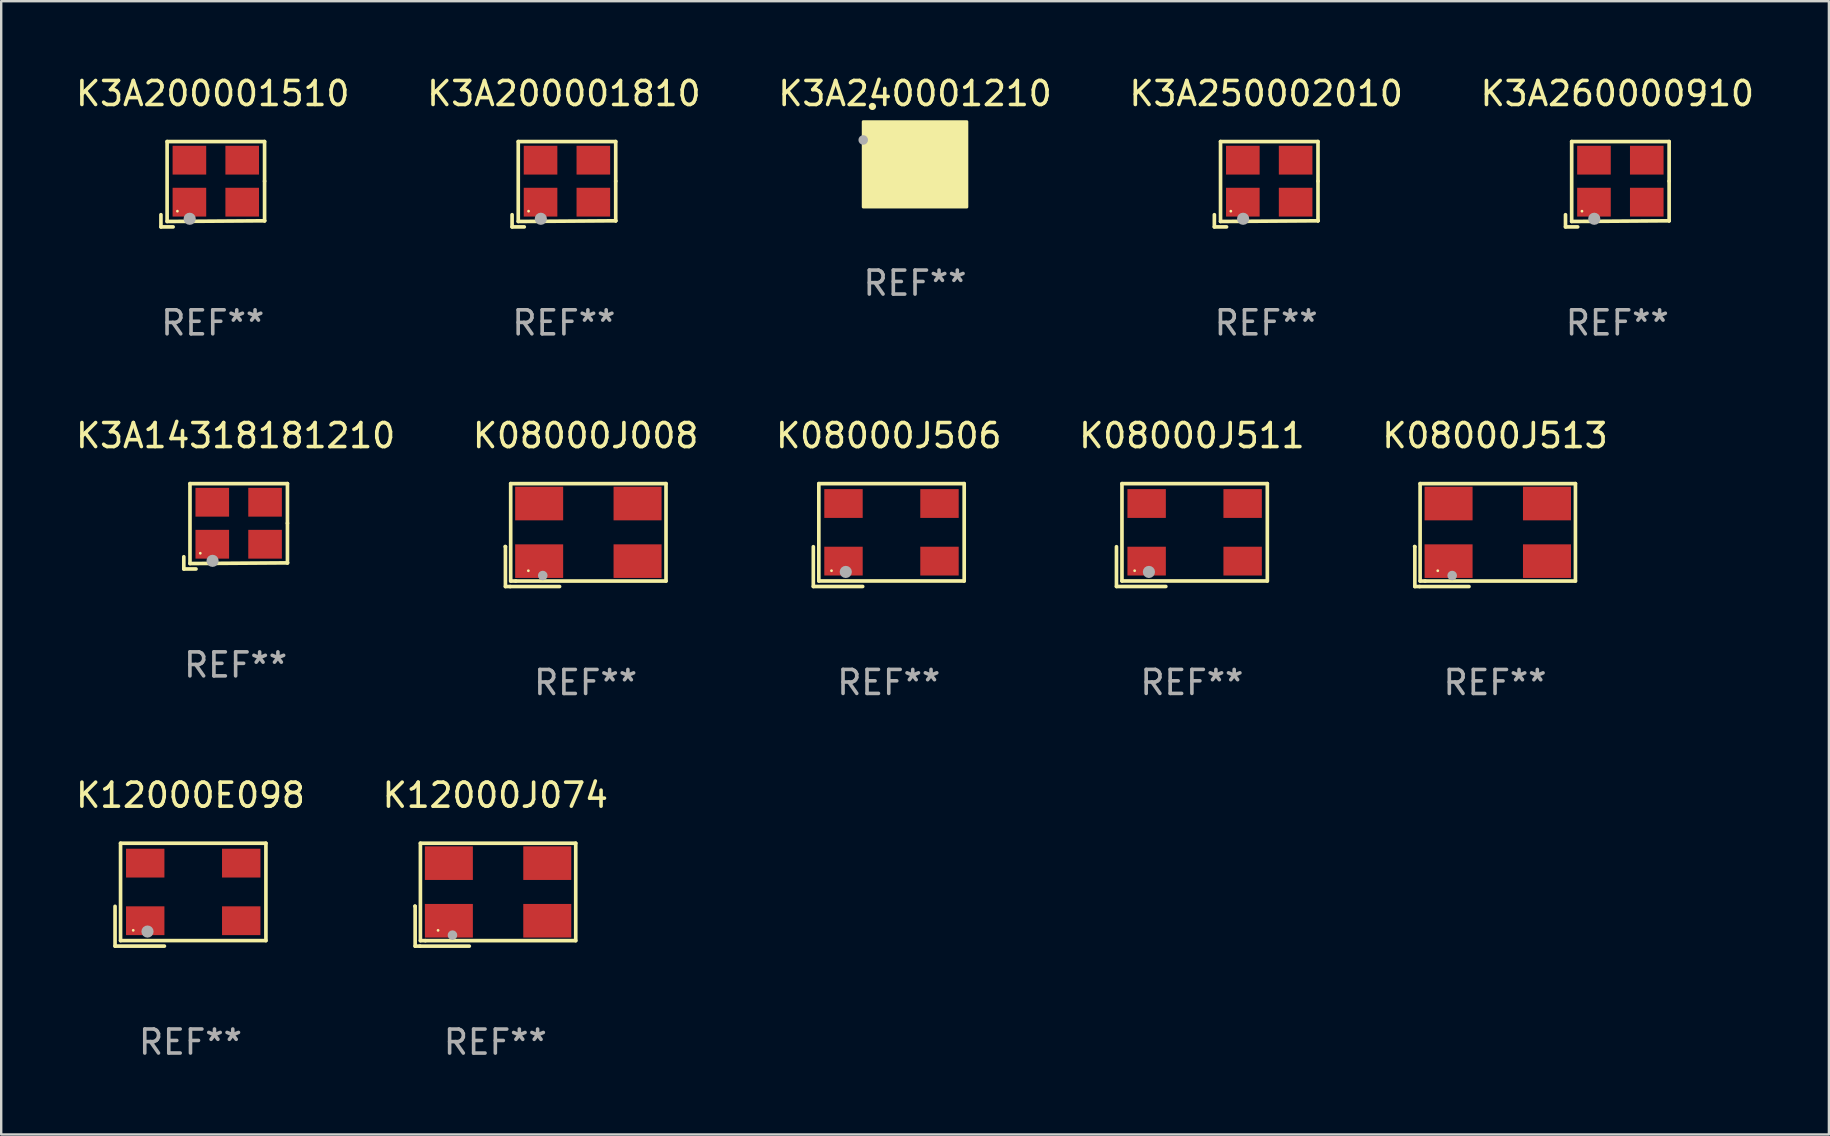
<source format=kicad_pcb>
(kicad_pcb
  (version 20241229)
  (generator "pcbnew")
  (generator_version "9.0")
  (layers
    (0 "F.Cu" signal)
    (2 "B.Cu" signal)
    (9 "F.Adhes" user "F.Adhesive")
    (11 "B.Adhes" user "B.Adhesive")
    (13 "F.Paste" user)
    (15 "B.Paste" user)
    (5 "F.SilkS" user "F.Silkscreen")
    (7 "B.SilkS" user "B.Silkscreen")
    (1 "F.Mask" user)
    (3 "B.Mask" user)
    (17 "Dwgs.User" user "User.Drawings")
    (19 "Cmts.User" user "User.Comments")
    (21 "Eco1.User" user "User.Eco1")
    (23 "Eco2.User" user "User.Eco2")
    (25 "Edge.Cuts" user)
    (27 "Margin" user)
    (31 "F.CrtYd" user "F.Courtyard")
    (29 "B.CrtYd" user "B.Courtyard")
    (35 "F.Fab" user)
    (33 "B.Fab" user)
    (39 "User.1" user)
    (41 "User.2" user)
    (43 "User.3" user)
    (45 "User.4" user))
  (footprint "K08000J511"
    (layer "F.Cu")
    (at 46.613 19.244)
    (property "Reference" "K08000J511" (at 0 -4.143 0) (layer "F.SilkS") (effects (font (size 1 1) (thickness 0.15))))
    (attr through_hole)
    (fp_line (start -3.143 0.486) (end -3.143 2.143) (stroke (width 0.152) (type solid)) (layer "F.SilkS"))
    (fp_line (start -3.143 2.143) (end -1.086 2.143) (stroke (width 0.152) (type solid)) (layer "F.SilkS"))
    (fp_line (start -2.914 -2.143) (end 3.143 -2.143) (stroke (width 0.152) (type solid)) (layer "F.SilkS"))
    (fp_line (start -2.914 1.914) (end -2.914 -2.143) (stroke (width 0.152) (type solid)) (layer "F.SilkS"))
    (fp_line (start 3.143 -2.143) (end 3.143 1.914) (stroke (width 0.152) (type solid)) (layer "F.SilkS"))
    (fp_line (start 3.143 1.914) (end -2.914 1.914) (stroke (width 0.152) (type solid)) (layer "F.SilkS"))
    (fp_circle (center -2.386 1.486) (end -2.356 1.486) (stroke (width 0.06) (type solid)) (fill no) (layer "F.SilkS"))
    (fp_circle (center -1.791 1.537) (end -1.664 1.537) (stroke (width 0.254) (type solid)) (fill no) (layer "F.Fab"))
    (fp_text user "REF**" (at 0 6.143 0) (layer "F.Fab") (effects (font (size 1 1) (thickness 0.15))))
    (pad "1" smd rect (at -1.886 1.086) (size 1.6 1.2) (layers "F.Cu" "F.Mask" "F.Paste"))
    (pad "2" smd rect (at 2.114 1.086) (size 1.6 1.2) (layers "F.Cu" "F.Mask" "F.Paste"))
    (pad "3" smd rect (at 2.114 -1.314) (size 1.6 1.2) (layers "F.Cu" "F.Mask" "F.Paste"))
    (pad "4" smd rect (at -1.886 -1.314) (size 1.6 1.2) (layers "F.Cu" "F.Mask" "F.Paste")))
  (footprint "K3A200001810"
    (layer "F.Cu")
    (at 20.446 4.626)
    (property "Reference" "K3A200001810" (at 0 -3.778 0) (layer "F.SilkS") (effects (font (size 1 1) (thickness 0.15))))
    (attr through_hole)
    (fp_line (start -2.159 1.27) (end -2.159 1.778) (stroke (width 0.152) (type solid)) (layer "F.SilkS"))
    (fp_line (start -2.159 1.778) (end -1.651 1.778) (stroke (width 0.152) (type solid)) (layer "F.SilkS"))
    (fp_line (start -1.902 -1.778) (end 2.159 -1.778) (stroke (width 0.152) (type solid)) (layer "F.SilkS"))
    (fp_line (start -1.902 1.552) (end -1.902 -1.778) (stroke (width 0.152) (type solid)) (layer "F.SilkS"))
    (fp_line (start 2.159 -1.778) (end 2.159 -0.127) (stroke (width 0.152) (type solid)) (layer "F.SilkS"))
    (fp_line (start 2.159 -0.127) (end 2.159 1.524) (stroke (width 0.152) (type solid)) (layer "F.SilkS"))
    (fp_line (start 2.159 1.524) (end -1.902 1.552) (stroke (width 0.152) (type solid)) (layer "F.SilkS"))
    (fp_line (start 2.159 1.524) (end 2.159 1.524) (stroke (width 0.152) (type solid)) (layer "F.SilkS"))
    (fp_circle (center -1.473 1.123) (end -1.443 1.123) (stroke (width 0.06) (type solid)) (fill no) (layer "F.SilkS"))
    (fp_circle (center -0.961 1.44) (end -0.834 1.44) (stroke (width 0.254) (type solid)) (fill no) (layer "F.Fab"))
    (fp_text user "REF**" (at 0 5.778 0) (layer "F.Fab") (effects (font (size 1 1) (thickness 0.15))))
    (pad "1" smd rect (at -0.973 0.748) (size 1.4 1.2) (layers "F.Cu" "F.Mask" "F.Paste"))
    (pad "2" smd rect (at 1.227 0.748) (size 1.4 1.2) (layers "F.Cu" "F.Mask" "F.Paste"))
    (pad "3" smd rect (at 1.227 -1.002) (size 1.4 1.2) (layers "F.Cu" "F.Mask" "F.Paste"))
    (pad "4" smd rect (at -0.973 -1.002) (size 1.4 1.2) (layers "F.Cu" "F.Mask" "F.Paste")))
  (footprint "K08000J513"
    (layer "F.Cu")
    (at 59.244 19.245)
    (property "Reference" "K08000J513" (at 0 -4.144 0) (layer "F.SilkS") (effects (font (size 1 1) (thickness 0.15))))
    (attr through_hole)
    (fp_line (start -3.35 0.476) (end -3.341 0.485) (stroke (width 0.152) (type solid)) (layer "F.SilkS"))
    (fp_line (start -3.341 0.485) (end -3.341 2.144) (stroke (width 0.152) (type solid)) (layer "F.SilkS"))
    (fp_line (start -3.341 2.144) (end -3.143 2.144) (stroke (width 0.152) (type solid)) (layer "F.SilkS"))
    (fp_line (start -3.143 2.144) (end -1.085 2.144) (stroke (width 0.152) (type solid)) (layer "F.SilkS"))
    (fp_line (start -3.122 -2.144) (end 3.35 -2.144) (stroke (width 0.152) (type solid)) (layer "F.SilkS"))
    (fp_line (start -3.122 1.915) (end -3.122 -2.144) (stroke (width 0.152) (type solid)) (layer "F.SilkS"))
    (fp_line (start -2.914 1.915) (end -3.122 1.915) (stroke (width 0.152) (type solid)) (layer "F.SilkS"))
    (fp_line (start 3.35 -2.144) (end 3.35 1.915) (stroke (width 0.152) (type solid)) (layer "F.SilkS"))
    (fp_line (start 3.35 1.915) (end -2.914 1.915) (stroke (width 0.152) (type solid)) (layer "F.SilkS"))
    (fp_circle (center -2.386 1.486) (end -2.356 1.486) (stroke (width 0.06) (type solid)) (fill no) (layer "F.SilkS"))
    (fp_circle (center -1.786 1.686) (end -1.686 1.686) (stroke (width 0.2) (type solid)) (fill no) (layer "F.Fab"))
    (fp_text user "REF**" (at 0 6.144 0) (layer "F.Fab") (effects (font (size 1 1) (thickness 0.15))))
    (pad "1" smd rect (at -1.936 1.086) (size 2 1.4) (layers "F.Cu" "F.Mask" "F.Paste"))
    (pad "2" smd rect (at 2.164 1.086) (size 2 1.4) (layers "F.Cu" "F.Mask" "F.Paste"))
    (pad "3" smd rect (at 2.164 -1.314) (size 2 1.4) (layers "F.Cu" "F.Mask" "F.Paste"))
    (pad "4" smd rect (at -1.936 -1.314) (size 2 1.4) (layers "F.Cu" "F.Mask" "F.Paste")))
  (footprint "K3A200001510"
    (layer "F.Cu")
    (at 5.815 4.626)
    (property "Reference" "K3A200001510" (at 0 -3.778 0) (layer "F.SilkS") (effects (font (size 1 1) (thickness 0.15))))
    (attr through_hole)
    (fp_line (start -2.159 1.27) (end -2.159 1.778) (stroke (width 0.152) (type solid)) (layer "F.SilkS"))
    (fp_line (start -2.159 1.778) (end -1.651 1.778) (stroke (width 0.152) (type solid)) (layer "F.SilkS"))
    (fp_line (start -1.902 -1.778) (end 2.159 -1.778) (stroke (width 0.152) (type solid)) (layer "F.SilkS"))
    (fp_line (start -1.902 1.552) (end -1.902 -1.778) (stroke (width 0.152) (type solid)) (layer "F.SilkS"))
    (fp_line (start 2.159 -1.778) (end 2.159 -0.127) (stroke (width 0.152) (type solid)) (layer "F.SilkS"))
    (fp_line (start 2.159 -0.127) (end 2.159 1.524) (stroke (width 0.152) (type solid)) (layer "F.SilkS"))
    (fp_line (start 2.159 1.524) (end -1.902 1.552) (stroke (width 0.152) (type solid)) (layer "F.SilkS"))
    (fp_line (start 2.159 1.524) (end 2.159 1.524) (stroke (width 0.152) (type solid)) (layer "F.SilkS"))
    (fp_circle (center -1.473 1.123) (end -1.443 1.123) (stroke (width 0.06) (type solid)) (fill no) (layer "F.SilkS"))
    (fp_circle (center -0.961 1.44) (end -0.834 1.44) (stroke (width 0.254) (type solid)) (fill no) (layer "F.Fab"))
    (fp_text user "REF**" (at 0 5.778 0) (layer "F.Fab") (effects (font (size 1 1) (thickness 0.15))))
    (pad "1" smd rect (at -0.973 0.748) (size 1.4 1.2) (layers "F.Cu" "F.Mask" "F.Paste"))
    (pad "2" smd rect (at 1.227 0.748) (size 1.4 1.2) (layers "F.Cu" "F.Mask" "F.Paste"))
    (pad "3" smd rect (at 1.227 -1.002) (size 1.4 1.2) (layers "F.Cu" "F.Mask" "F.Paste"))
    (pad "4" smd rect (at -0.973 -1.002) (size 1.4 1.2) (layers "F.Cu" "F.Mask" "F.Paste")))
  (footprint "K3A250002010"
    (layer "F.Cu")
    (at 49.708 4.626)
    (property "Reference" "K3A250002010" (at 0 -3.778 0) (layer "F.SilkS") (effects (font (size 1 1) (thickness 0.15))))
    (attr through_hole)
    (fp_line (start -2.159 1.27) (end -2.159 1.778) (stroke (width 0.152) (type solid)) (layer "F.SilkS"))
    (fp_line (start -2.159 1.778) (end -1.651 1.778) (stroke (width 0.152) (type solid)) (layer "F.SilkS"))
    (fp_line (start -1.902 -1.778) (end 2.159 -1.778) (stroke (width 0.152) (type solid)) (layer "F.SilkS"))
    (fp_line (start -1.902 1.552) (end -1.902 -1.778) (stroke (width 0.152) (type solid)) (layer "F.SilkS"))
    (fp_line (start 2.159 -1.778) (end 2.159 -0.127) (stroke (width 0.152) (type solid)) (layer "F.SilkS"))
    (fp_line (start 2.159 -0.127) (end 2.159 1.524) (stroke (width 0.152) (type solid)) (layer "F.SilkS"))
    (fp_line (start 2.159 1.524) (end -1.902 1.552) (stroke (width 0.152) (type solid)) (layer "F.SilkS"))
    (fp_line (start 2.159 1.524) (end 2.159 1.524) (stroke (width 0.152) (type solid)) (layer "F.SilkS"))
    (fp_circle (center -1.473 1.123) (end -1.443 1.123) (stroke (width 0.06) (type solid)) (fill no) (layer "F.SilkS"))
    (fp_circle (center -0.961 1.44) (end -0.834 1.44) (stroke (width 0.254) (type solid)) (fill no) (layer "F.Fab"))
    (fp_text user "REF**" (at 0 5.778 0) (layer "F.Fab") (effects (font (size 1 1) (thickness 0.15))))
    (pad "1" smd rect (at -0.973 0.748) (size 1.4 1.2) (layers "F.Cu" "F.Mask" "F.Paste"))
    (pad "2" smd rect (at 1.227 0.748) (size 1.4 1.2) (layers "F.Cu" "F.Mask" "F.Paste"))
    (pad "3" smd rect (at 1.227 -1.002) (size 1.4 1.2) (layers "F.Cu" "F.Mask" "F.Paste"))
    (pad "4" smd rect (at -0.973 -1.002) (size 1.4 1.2) (layers "F.Cu" "F.Mask" "F.Paste")))
  (footprint "K3A260000910"
    (layer "F.Cu")
    (at 64.339 4.626)
    (property "Reference" "K3A260000910" (at 0 -3.778 0) (layer "F.SilkS") (effects (font (size 1 1) (thickness 0.15))))
    (attr through_hole)
    (fp_line (start -2.159 1.27) (end -2.159 1.778) (stroke (width 0.152) (type solid)) (layer "F.SilkS"))
    (fp_line (start -2.159 1.778) (end -1.651 1.778) (stroke (width 0.152) (type solid)) (layer "F.SilkS"))
    (fp_line (start -1.902 -1.778) (end 2.159 -1.778) (stroke (width 0.152) (type solid)) (layer "F.SilkS"))
    (fp_line (start -1.902 1.552) (end -1.902 -1.778) (stroke (width 0.152) (type solid)) (layer "F.SilkS"))
    (fp_line (start 2.159 -1.778) (end 2.159 -0.127) (stroke (width 0.152) (type solid)) (layer "F.SilkS"))
    (fp_line (start 2.159 -0.127) (end 2.159 1.524) (stroke (width 0.152) (type solid)) (layer "F.SilkS"))
    (fp_line (start 2.159 1.524) (end -1.902 1.552) (stroke (width 0.152) (type solid)) (layer "F.SilkS"))
    (fp_line (start 2.159 1.524) (end 2.159 1.524) (stroke (width 0.152) (type solid)) (layer "F.SilkS"))
    (fp_circle (center -1.473 1.123) (end -1.443 1.123) (stroke (width 0.06) (type solid)) (fill no) (layer "F.SilkS"))
    (fp_circle (center -0.961 1.44) (end -0.834 1.44) (stroke (width 0.254) (type solid)) (fill no) (layer "F.Fab"))
    (fp_text user "REF**" (at 0 5.778 0) (layer "F.Fab") (effects (font (size 1 1) (thickness 0.15))))
    (pad "1" smd rect (at -0.973 0.748) (size 1.4 1.2) (layers "F.Cu" "F.Mask" "F.Paste"))
    (pad "2" smd rect (at 1.227 0.748) (size 1.4 1.2) (layers "F.Cu" "F.Mask" "F.Paste"))
    (pad "3" smd rect (at 1.227 -1.002) (size 1.4 1.2) (layers "F.Cu" "F.Mask" "F.Paste"))
    (pad "4" smd rect (at -0.973 -1.002) (size 1.4 1.2) (layers "F.Cu" "F.Mask" "F.Paste")))
  (footprint "K12000E098"
    (layer "F.Cu")
    (at 4.887 34.228)
    (property "Reference" "K12000E098" (at 0 -4.143 0) (layer "F.SilkS") (effects (font (size 1 1) (thickness 0.15))))
    (attr through_hole)
    (fp_line (start -3.143 0.486) (end -3.143 2.143) (stroke (width 0.152) (type solid)) (layer "F.SilkS"))
    (fp_line (start -3.143 2.143) (end -1.086 2.143) (stroke (width 0.152) (type solid)) (layer "F.SilkS"))
    (fp_line (start -2.914 -2.143) (end 3.143 -2.143) (stroke (width 0.152) (type solid)) (layer "F.SilkS"))
    (fp_line (start -2.914 1.914) (end -2.914 -2.143) (stroke (width 0.152) (type solid)) (layer "F.SilkS"))
    (fp_line (start 3.143 -2.143) (end 3.143 1.914) (stroke (width 0.152) (type solid)) (layer "F.SilkS"))
    (fp_line (start 3.143 1.914) (end -2.914 1.914) (stroke (width 0.152) (type solid)) (layer "F.SilkS"))
    (fp_circle (center -2.386 1.486) (end -2.356 1.486) (stroke (width 0.06) (type solid)) (fill no) (layer "F.SilkS"))
    (fp_circle (center -1.791 1.537) (end -1.664 1.537) (stroke (width 0.254) (type solid)) (fill no) (layer "F.Fab"))
    (fp_text user "REF**" (at 0 6.143 0) (layer "F.Fab") (effects (font (size 1 1) (thickness 0.15))))
    (pad "1" smd rect (at -1.886 1.086) (size 1.6 1.2) (layers "F.Cu" "F.Mask" "F.Paste"))
    (pad "2" smd rect (at 2.114 1.086) (size 1.6 1.2) (layers "F.Cu" "F.Mask" "F.Paste"))
    (pad "3" smd rect (at 2.114 -1.314) (size 1.6 1.2) (layers "F.Cu" "F.Mask" "F.Paste"))
    (pad "4" smd rect (at -1.886 -1.314) (size 1.6 1.2) (layers "F.Cu" "F.Mask" "F.Paste")))
  (footprint "K3A14318181210"
    (layer "F.Cu")
    (at 6.768 18.879)
    (property "Reference" "K3A14318181210" (at 0 -3.778 0) (layer "F.SilkS") (effects (font (size 1 1) (thickness 0.15))))
    (attr through_hole)
    (fp_line (start -2.159 1.27) (end -2.159 1.778) (stroke (width 0.152) (type solid)) (layer "F.SilkS"))
    (fp_line (start -2.159 1.778) (end -1.651 1.778) (stroke (width 0.152) (type solid)) (layer "F.SilkS"))
    (fp_line (start -1.902 -1.778) (end 2.159 -1.778) (stroke (width 0.152) (type solid)) (layer "F.SilkS"))
    (fp_line (start -1.902 1.552) (end -1.902 -1.778) (stroke (width 0.152) (type solid)) (layer "F.SilkS"))
    (fp_line (start 2.159 -1.778) (end 2.159 -0.127) (stroke (width 0.152) (type solid)) (layer "F.SilkS"))
    (fp_line (start 2.159 -0.127) (end 2.159 1.524) (stroke (width 0.152) (type solid)) (layer "F.SilkS"))
    (fp_line (start 2.159 1.524) (end -1.902 1.552) (stroke (width 0.152) (type solid)) (layer "F.SilkS"))
    (fp_line (start 2.159 1.524) (end 2.159 1.524) (stroke (width 0.152) (type solid)) (layer "F.SilkS"))
    (fp_circle (center -1.473 1.123) (end -1.443 1.123) (stroke (width 0.06) (type solid)) (fill no) (layer "F.SilkS"))
    (fp_circle (center -0.961 1.44) (end -0.834 1.44) (stroke (width 0.254) (type solid)) (fill no) (layer "F.Fab"))
    (fp_text user "REF**" (at 0 5.778 0) (layer "F.Fab") (effects (font (size 1 1) (thickness 0.15))))
    (pad "1" smd rect (at -0.973 0.748) (size 1.4 1.2) (layers "F.Cu" "F.Mask" "F.Paste"))
    (pad "2" smd rect (at 1.227 0.748) (size 1.4 1.2) (layers "F.Cu" "F.Mask" "F.Paste"))
    (pad "3" smd rect (at 1.227 -1.002) (size 1.4 1.2) (layers "F.Cu" "F.Mask" "F.Paste"))
    (pad "4" smd rect (at -0.973 -1.002) (size 1.4 1.2) (layers "F.Cu" "F.Mask" "F.Paste")))
  (footprint "K08000J008"
    (layer "F.Cu")
    (at 21.351 19.245)
    (property "Reference" "K08000J008" (at 0 -4.144 0) (layer "F.SilkS") (effects (font (size 1 1) (thickness 0.15))))
    (attr through_hole)
    (fp_line (start -3.35 0.476) (end -3.341 0.485) (stroke (width 0.152) (type solid)) (layer "F.SilkS"))
    (fp_line (start -3.341 0.485) (end -3.341 2.144) (stroke (width 0.152) (type solid)) (layer "F.SilkS"))
    (fp_line (start -3.341 2.144) (end -3.143 2.144) (stroke (width 0.152) (type solid)) (layer "F.SilkS"))
    (fp_line (start -3.143 2.144) (end -1.085 2.144) (stroke (width 0.152) (type solid)) (layer "F.SilkS"))
    (fp_line (start -3.122 -2.144) (end 3.35 -2.144) (stroke (width 0.152) (type solid)) (layer "F.SilkS"))
    (fp_line (start -3.122 1.915) (end -3.122 -2.144) (stroke (width 0.152) (type solid)) (layer "F.SilkS"))
    (fp_line (start -2.914 1.915) (end -3.122 1.915) (stroke (width 0.152) (type solid)) (layer "F.SilkS"))
    (fp_line (start 3.35 -2.144) (end 3.35 1.915) (stroke (width 0.152) (type solid)) (layer "F.SilkS"))
    (fp_line (start 3.35 1.915) (end -2.914 1.915) (stroke (width 0.152) (type solid)) (layer "F.SilkS"))
    (fp_circle (center -2.386 1.486) (end -2.356 1.486) (stroke (width 0.06) (type solid)) (fill no) (layer "F.SilkS"))
    (fp_circle (center -1.786 1.686) (end -1.686 1.686) (stroke (width 0.2) (type solid)) (fill no) (layer "F.Fab"))
    (fp_text user "REF**" (at 0 6.144 0) (layer "F.Fab") (effects (font (size 1 1) (thickness 0.15))))
    (pad "1" smd rect (at -1.936 1.086) (size 2 1.4) (layers "F.Cu" "F.Mask" "F.Paste"))
    (pad "2" smd rect (at 2.164 1.086) (size 2 1.4) (layers "F.Cu" "F.Mask" "F.Paste"))
    (pad "3" smd rect (at 2.164 -1.314) (size 2 1.4) (layers "F.Cu" "F.Mask" "F.Paste"))
    (pad "4" smd rect (at -1.936 -1.314) (size 2 1.4) (layers "F.Cu" "F.Mask" "F.Paste")))
  (footprint "K08000J506"
    (layer "F.Cu")
    (at 33.982 19.244)
    (property "Reference" "K08000J506" (at 0 -4.143 0) (layer "F.SilkS") (effects (font (size 1 1) (thickness 0.15))))
    (attr through_hole)
    (fp_line (start -3.143 0.486) (end -3.143 2.143) (stroke (width 0.152) (type solid)) (layer "F.SilkS"))
    (fp_line (start -3.143 2.143) (end -1.086 2.143) (stroke (width 0.152) (type solid)) (layer "F.SilkS"))
    (fp_line (start -2.914 -2.143) (end 3.143 -2.143) (stroke (width 0.152) (type solid)) (layer "F.SilkS"))
    (fp_line (start -2.914 1.914) (end -2.914 -2.143) (stroke (width 0.152) (type solid)) (layer "F.SilkS"))
    (fp_line (start 3.143 -2.143) (end 3.143 1.914) (stroke (width 0.152) (type solid)) (layer "F.SilkS"))
    (fp_line (start 3.143 1.914) (end -2.914 1.914) (stroke (width 0.152) (type solid)) (layer "F.SilkS"))
    (fp_circle (center -2.386 1.486) (end -2.356 1.486) (stroke (width 0.06) (type solid)) (fill no) (layer "F.SilkS"))
    (fp_circle (center -1.791 1.537) (end -1.664 1.537) (stroke (width 0.254) (type solid)) (fill no) (layer "F.Fab"))
    (fp_text user "REF**" (at 0 6.143 0) (layer "F.Fab") (effects (font (size 1 1) (thickness 0.15))))
    (pad "1" smd rect (at -1.886 1.086) (size 1.6 1.2) (layers "F.Cu" "F.Mask" "F.Paste"))
    (pad "2" smd rect (at 2.114 1.086) (size 1.6 1.2) (layers "F.Cu" "F.Mask" "F.Paste"))
    (pad "3" smd rect (at 2.114 -1.314) (size 1.6 1.2) (layers "F.Cu" "F.Mask" "F.Paste"))
    (pad "4" smd rect (at -1.886 -1.314) (size 1.6 1.2) (layers "F.Cu" "F.Mask" "F.Paste")))
  (footprint "K12000J074"
    (layer "F.Cu")
    (at 17.589 34.229)
    (property "Reference" "K12000J074" (at 0 -4.144 0) (layer "F.SilkS") (effects (font (size 1 1) (thickness 0.15))))
    (attr through_hole)
    (fp_line (start -3.35 0.476) (end -3.341 0.485) (stroke (width 0.152) (type solid)) (layer "F.SilkS"))
    (fp_line (start -3.341 0.485) (end -3.341 2.144) (stroke (width 0.152) (type solid)) (layer "F.SilkS"))
    (fp_line (start -3.341 2.144) (end -3.143 2.144) (stroke (width 0.152) (type solid)) (layer "F.SilkS"))
    (fp_line (start -3.143 2.144) (end -1.085 2.144) (stroke (width 0.152) (type solid)) (layer "F.SilkS"))
    (fp_line (start -3.122 -2.144) (end 3.35 -2.144) (stroke (width 0.152) (type solid)) (layer "F.SilkS"))
    (fp_line (start -3.122 1.915) (end -3.122 -2.144) (stroke (width 0.152) (type solid)) (layer "F.SilkS"))
    (fp_line (start -2.914 1.915) (end -3.122 1.915) (stroke (width 0.152) (type solid)) (layer "F.SilkS"))
    (fp_line (start 3.35 -2.144) (end 3.35 1.915) (stroke (width 0.152) (type solid)) (layer "F.SilkS"))
    (fp_line (start 3.35 1.915) (end -2.914 1.915) (stroke (width 0.152) (type solid)) (layer "F.SilkS"))
    (fp_circle (center -2.386 1.486) (end -2.356 1.486) (stroke (width 0.06) (type solid)) (fill no) (layer "F.SilkS"))
    (fp_circle (center -1.786 1.686) (end -1.686 1.686) (stroke (width 0.2) (type solid)) (fill no) (layer "F.Fab"))
    (fp_text user "REF**" (at 0 6.144 0) (layer "F.Fab") (effects (font (size 1 1) (thickness 0.15))))
    (pad "1" smd rect (at -1.936 1.086) (size 2 1.4) (layers "F.Cu" "F.Mask" "F.Paste"))
    (pad "2" smd rect (at 2.164 1.086) (size 2 1.4) (layers "F.Cu" "F.Mask" "F.Paste"))
    (pad "3" smd rect (at 2.164 -1.314) (size 2 1.4) (layers "F.Cu" "F.Mask" "F.Paste"))
    (pad "4" smd rect (at -1.936 -1.314) (size 2 1.4) (layers "F.Cu" "F.Mask" "F.Paste")))
  (footprint "K3A240001210"
    (layer "F.Cu")
    (at 35.077 3.798)
    (property "Reference" "K3A240001210" (at 0 -2.95 0) (layer "F.SilkS") (effects (font (size 1 1) (thickness 0.15))))
    (attr through_hole)
    (fp_arc (start -1.777877 -2.413005) (mid -1.776607 -2.41301) (end -1.775337 -2.413005) (stroke (width 0.3) (type solid)) (layer "F.SilkS"))
    (fp_circle (center -1.6 -1.25) (end -1.57 -1.25) (stroke (width 0.06) (type solid)) (fill no) (layer "F.SilkS"))
    (fp_poly (pts (xy -2.159 -1.778) (xy 2.159 -1.778) (xy 2.159 1.778) (xy -2.159 1.778)) (stroke (width 0.12) (type solid)) (fill yes) (layer "F.SilkS"))
    (fp_circle (center -2.159 -1.016) (end -2.059 -1.016) (stroke (width 0.2) (type solid)) (fill no) (layer "F.Fab"))
    (fp_text user "REF**" (at 0 4.95 0) (layer "F.Fab") (effects (font (size 1 1) (thickness 0.15))))
    (pad "1" smd rect (at -1.15 -0.95) (size 1.4 1.15) (layers "F.Cu" "F.Mask" "F.Paste"))
    (pad "2" smd rect (at 1.15 -0.95) (size 1.4 1.15) (layers "F.Cu" "F.Mask" "F.Paste"))
    (pad "3" smd rect (at 1.15 0.95) (size 1.4 1.15) (layers "F.Cu" "F.Mask" "F.Paste"))
    (pad "4" smd rect (at -1.15 0.95) (size 1.4 1.15) (layers "F.Cu" "F.Mask" "F.Paste")))
  (gr_rect
    (start -3 -3)
    (end 73.155 44.221)
    (stroke (width 0.1) (type default))
    (fill no)
    (layer "Edge.Cuts")))
</source>
